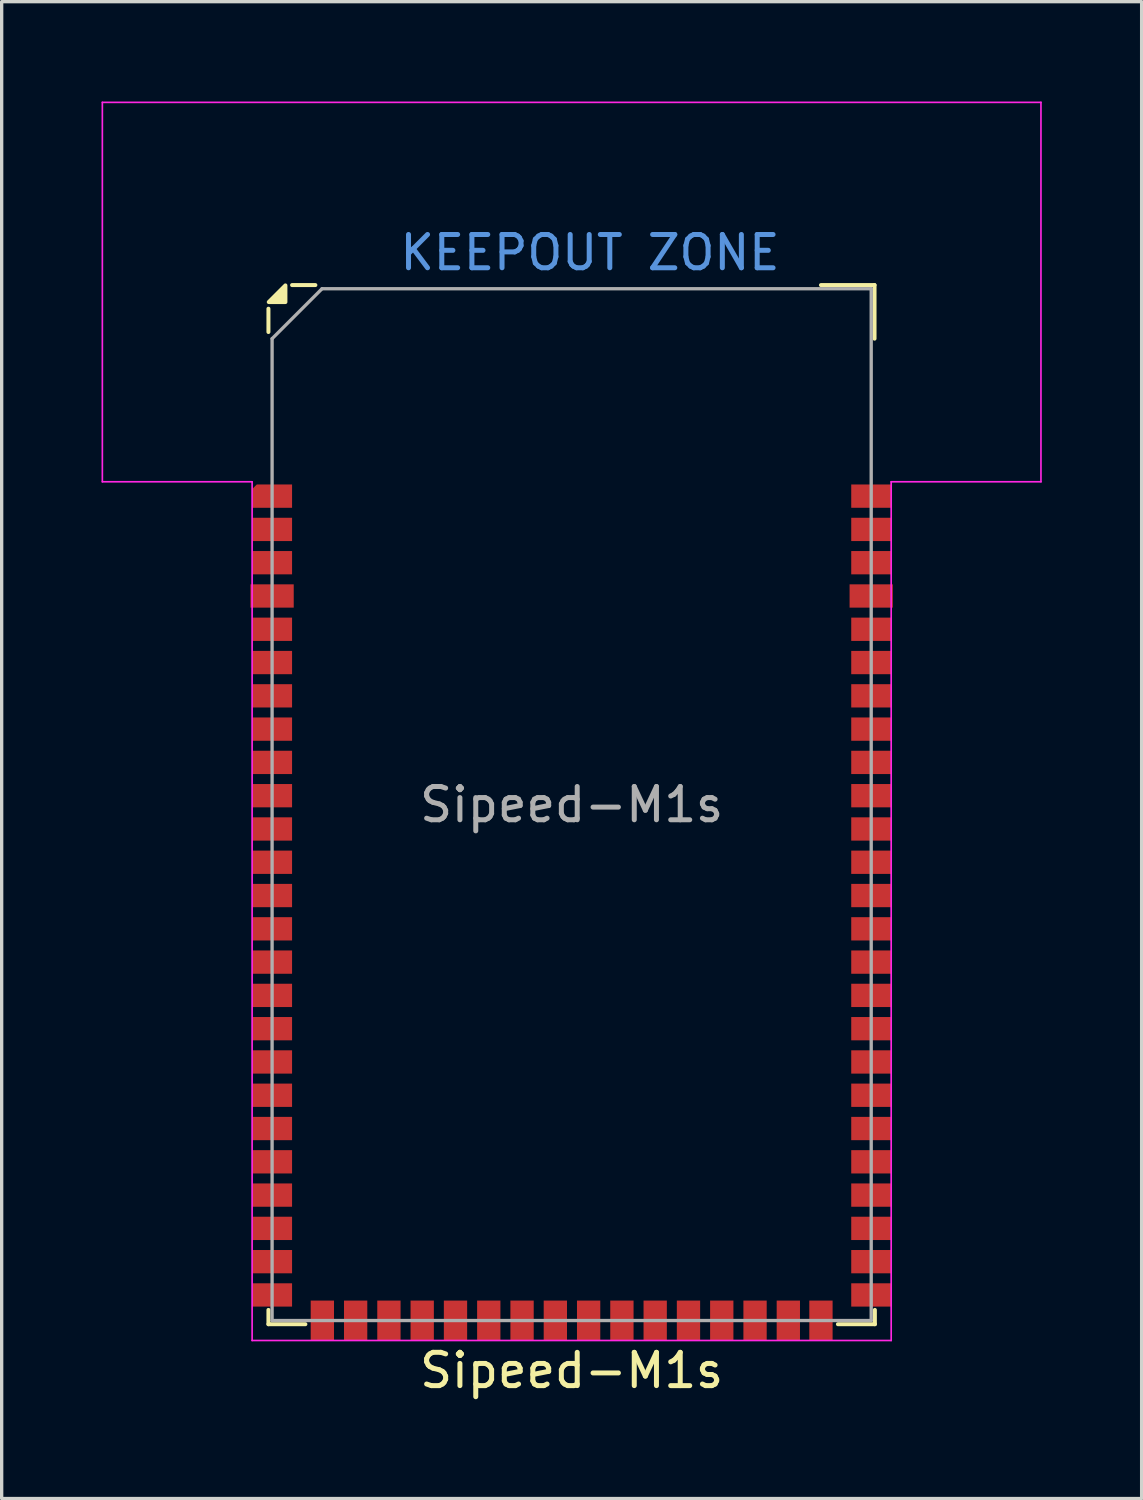
<source format=kicad_pcb>
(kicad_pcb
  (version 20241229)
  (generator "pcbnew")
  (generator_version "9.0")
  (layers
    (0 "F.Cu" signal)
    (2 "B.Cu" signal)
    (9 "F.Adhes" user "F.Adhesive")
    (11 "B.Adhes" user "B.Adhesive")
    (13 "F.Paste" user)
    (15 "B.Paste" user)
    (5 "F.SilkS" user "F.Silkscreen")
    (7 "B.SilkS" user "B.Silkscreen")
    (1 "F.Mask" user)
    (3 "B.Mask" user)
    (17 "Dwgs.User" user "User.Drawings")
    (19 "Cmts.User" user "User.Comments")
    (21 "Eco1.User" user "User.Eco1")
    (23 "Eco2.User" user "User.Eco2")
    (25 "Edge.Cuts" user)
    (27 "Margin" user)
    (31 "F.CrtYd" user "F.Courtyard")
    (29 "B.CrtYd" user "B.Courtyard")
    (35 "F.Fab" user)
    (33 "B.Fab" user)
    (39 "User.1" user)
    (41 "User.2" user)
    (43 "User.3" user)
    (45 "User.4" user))
  (footprint "Sipeed-M1s"
    (layer "F.Cu")
    (at 14.125 21.125)
    (property "Reference" "Sipeed-M1s" (at 0 17 0) (layer "F.SilkS") (effects (font (size 1 1) (thickness 0.15))))
    (attr smd)
    (fp_line (start -9.11 -14.9) (end -9.11 -14.2) (stroke (width 0.12) (type default)) (layer "F.SilkS"))
    (fp_line (start -9.11 15.181) (end -9.11 15.61) (stroke (width 0.12) (type default)) (layer "F.SilkS"))
    (fp_line (start -8 15.61) (end -9.11 15.61) (stroke (width 0.12) (type default)) (layer "F.SilkS"))
    (fp_line (start -7.7 -15.61) (end -8.4 -15.61) (stroke (width 0.12) (type default)) (layer "F.SilkS"))
    (fp_line (start 8 15.61) (end 9.11 15.61) (stroke (width 0.12) (type default)) (layer "F.SilkS"))
    (fp_line (start 9.1 -15.61) (end 7.49 -15.61) (stroke (width 0.12) (type default)) (layer "F.SilkS"))
    (fp_line (start 9.1 -15.61) (end 9.1 -14) (stroke (width 0.12) (type default)) (layer "F.SilkS"))
    (fp_line (start 9.11 15.181) (end 9.11 15.61) (stroke (width 0.12) (type default)) (layer "F.SilkS"))
    (fp_poly (pts (xy -8.6 -15.1) (xy -9.1 -15.1) (xy -8.6 -15.6) (xy -8.6 -15.1)) (stroke (width 0.12) (type solid)) (fill yes) (layer "F.SilkS"))
    (fp_line (start -14.1 -21.1) (end -14.1 -9.7) (stroke (width 0.05) (type default)) (layer "F.CrtYd"))
    (fp_line (start -14.1 -21.1) (end 14.1 -21.1) (stroke (width 0.05) (type default)) (layer "F.CrtYd"))
    (fp_line (start -14.1 -9.7) (end -9.6 -9.7) (stroke (width 0.05) (type default)) (layer "F.CrtYd"))
    (fp_line (start -9.6 16.1) (end -9.6 -9.7) (stroke (width 0.05) (type default)) (layer "F.CrtYd"))
    (fp_line (start -9.6 16.1) (end 9.6 16.1) (stroke (width 0.05) (type default)) (layer "F.CrtYd"))
    (fp_line (start 9.6 -9.7) (end 9.6 16.1) (stroke (width 0.05) (type default)) (layer "F.CrtYd"))
    (fp_line (start 9.6 -9.7) (end 14.1 -9.7) (stroke (width 0.05) (type default)) (layer "F.CrtYd"))
    (fp_line (start 14.1 -21.1) (end 14.1 -9.7) (stroke (width 0.05) (type default)) (layer "F.CrtYd"))
    (fp_line (start -9 -14) (end -9 15.5) (stroke (width 0.1) (type default)) (layer "F.Fab"))
    (fp_line (start -9 15.5) (end 9 15.5) (stroke (width 0.1) (type default)) (layer "F.Fab"))
    (fp_line (start -7.5 -15.5) (end -9 -14) (stroke (width 0.1) (type default)) (layer "F.Fab"))
    (fp_line (start -7.5 -15.5) (end 9 -15.5) (stroke (width 0.1) (type default)) (layer "F.Fab"))
    (fp_line (start 9 -15.5) (end 9 15.5) (stroke (width 0.1) (type default)) (layer "F.Fab"))
    (fp_text user " KEEPOUT ZONE" (at -6 -16 0) (layer "Cmts.User") (effects (font (size 1 1) (thickness 0.15)) (justify left bottom)))
    (fp_text user "${REFERENCE}" (at 0 0 0) (layer "F.Fab") (effects (font (size 1 1) (thickness 0.15))))
    (pad "1" smd roundrect (at -9 -9.269) (size 1.2 0.7) (layers "F.Cu" "F.Mask" "F.Paste") (roundrect_rratio 0) (chamfer_ratio 0.2) (chamfer top_left))
    (pad "2" smd rect (at -9 -8.269) (size 1.2 0.7) (layers "F.Cu" "F.Mask" "F.Paste"))
    (pad "3" smd rect (at -9 -7.269) (size 1.2 0.7) (layers "F.Cu" "F.Mask" "F.Paste"))
    (pad "4" smd rect (at -9 -6.269) (size 1.3 0.7) (layers "F.Cu" "F.Mask" "F.Paste"))
    (pad "5" smd rect (at -9 -5.269) (size 1.2 0.7) (layers "F.Cu" "F.Mask" "F.Paste"))
    (pad "6" smd rect (at -9 -4.269) (size 1.2 0.7) (layers "F.Cu" "F.Mask" "F.Paste"))
    (pad "7" smd rect (at -9 -3.269) (size 1.2 0.7) (layers "F.Cu" "F.Mask" "F.Paste"))
    (pad "8" smd rect (at -9 -2.269) (size 1.2 0.7) (layers "F.Cu" "F.Mask" "F.Paste"))
    (pad "9" smd rect (at -9 -1.269) (size 1.2 0.7) (layers "F.Cu" "F.Mask" "F.Paste"))
    (pad "10" smd rect (at -9 -0.269) (size 1.2 0.7) (layers "F.Cu" "F.Mask" "F.Paste"))
    (pad "11" smd rect (at -9 0.731) (size 1.2 0.7) (layers "F.Cu" "F.Mask" "F.Paste"))
    (pad "12" smd rect (at -9 1.731) (size 1.2 0.7) (layers "F.Cu" "F.Mask" "F.Paste"))
    (pad "13" smd rect (at -9 2.731) (size 1.2 0.7) (layers "F.Cu" "F.Mask" "F.Paste"))
    (pad "14" smd rect (at -9 3.731) (size 1.2 0.7) (layers "F.Cu" "F.Mask" "F.Paste"))
    (pad "15" smd rect (at -9 4.731) (size 1.2 0.7) (layers "F.Cu" "F.Mask" "F.Paste"))
    (pad "16" smd rect (at -9 5.731) (size 1.2 0.7) (layers "F.Cu" "F.Mask" "F.Paste"))
    (pad "17" smd rect (at -9 6.731) (size 1.2 0.7) (layers "F.Cu" "F.Mask" "F.Paste"))
    (pad "18" smd rect (at -9 7.731) (size 1.2 0.7) (layers "F.Cu" "F.Mask" "F.Paste"))
    (pad "19" smd rect (at -9 8.731) (size 1.2 0.7) (layers "F.Cu" "F.Mask" "F.Paste"))
    (pad "20" smd rect (at -9 9.731) (size 1.2 0.7) (layers "F.Cu" "F.Mask" "F.Paste"))
    (pad "21" smd rect (at -9 10.731) (size 1.2 0.7) (layers "F.Cu" "F.Mask" "F.Paste"))
    (pad "22" smd rect (at -9 11.731) (size 1.2 0.7) (layers "F.Cu" "F.Mask" "F.Paste"))
    (pad "23" smd rect (at -9 13.731) (size 1.2 0.7) (layers "F.Cu" "F.Mask" "F.Paste"))
    (pad "24" smd rect (at -9 12.731) (size 1.2 0.7) (layers "F.Cu" "F.Mask" "F.Paste"))
    (pad "25" smd rect (at -9 14.731) (size 1.2 0.7) (layers "F.Cu" "F.Mask" "F.Paste"))
    (pad "26" smd rect (at -7.49 15.5 90) (size 1.2 0.7) (layers "F.Cu" "F.Mask" "F.Paste"))
    (pad "27" smd rect (at -6.49 15.5 90) (size 1.2 0.7) (layers "F.Cu" "F.Mask" "F.Paste"))
    (pad "28" smd rect (at -5.49 15.5 90) (size 1.2 0.7) (layers "F.Cu" "F.Mask" "F.Paste"))
    (pad "29" smd rect (at -4.49 15.5 90) (size 1.2 0.7) (layers "F.Cu" "F.Mask" "F.Paste"))
    (pad "30" smd rect (at -3.49 15.5 90) (size 1.2 0.7) (layers "F.Cu" "F.Mask" "F.Paste"))
    (pad "31" smd rect (at -2.49 15.5 90) (size 1.2 0.7) (layers "F.Cu" "F.Mask" "F.Paste"))
    (pad "32" smd rect (at -1.49 15.5 90) (size 1.2 0.7) (layers "F.Cu" "F.Mask" "F.Paste"))
    (pad "33" smd rect (at -0.49 15.5 90) (size 1.2 0.7) (layers "F.Cu" "F.Mask" "F.Paste"))
    (pad "34" smd rect (at 0.51 15.5 90) (size 1.2 0.7) (layers "F.Cu" "F.Mask" "F.Paste"))
    (pad "35" smd rect (at 1.51 15.5 90) (size 1.2 0.7) (layers "F.Cu" "F.Mask" "F.Paste"))
    (pad "36" smd rect (at 2.51 15.5 90) (size 1.2 0.7) (layers "F.Cu" "F.Mask" "F.Paste"))
    (pad "37" smd rect (at 3.51 15.5 90) (size 1.2 0.7) (layers "F.Cu" "F.Mask" "F.Paste"))
    (pad "38" smd rect (at 4.51 15.5 90) (size 1.2 0.7) (layers "F.Cu" "F.Mask" "F.Paste"))
    (pad "39" smd rect (at 5.51 15.5 90) (size 1.2 0.7) (layers "F.Cu" "F.Mask" "F.Paste"))
    (pad "40" smd rect (at 6.51 15.5 90) (size 1.2 0.7) (layers "F.Cu" "F.Mask" "F.Paste"))
    (pad "41" smd rect (at 7.49 15.5 90) (size 1.2 0.7) (layers "F.Cu" "F.Mask" "F.Paste"))
    (pad "42" smd rect (at 9 14.731) (size 1.2 0.7) (layers "F.Cu" "F.Mask" "F.Paste"))
    (pad "43" smd rect (at 9 13.731) (size 1.2 0.7) (layers "F.Cu" "F.Mask" "F.Paste"))
    (pad "44" smd rect (at 9 12.731) (size 1.2 0.7) (layers "F.Cu" "F.Mask" "F.Paste"))
    (pad "45" smd rect (at 9 11.731) (size 1.2 0.7) (layers "F.Cu" "F.Mask" "F.Paste"))
    (pad "46" smd rect (at 9 10.731) (size 1.2 0.7) (layers "F.Cu" "F.Mask" "F.Paste"))
    (pad "47" smd rect (at 9 9.731) (size 1.2 0.7) (layers "F.Cu" "F.Mask" "F.Paste"))
    (pad "48" smd rect (at 9 8.731) (size 1.2 0.7) (layers "F.Cu" "F.Mask" "F.Paste"))
    (pad "49" smd rect (at 9 7.731) (size 1.2 0.7) (layers "F.Cu" "F.Mask" "F.Paste"))
    (pad "50" smd rect (at 9 6.731) (size 1.2 0.7) (layers "F.Cu" "F.Mask" "F.Paste"))
    (pad "51" smd rect (at 9 5.731) (size 1.2 0.7) (layers "F.Cu" "F.Mask" "F.Paste"))
    (pad "52" smd rect (at 9 4.731) (size 1.2 0.7) (layers "F.Cu" "F.Mask" "F.Paste"))
    (pad "53" smd rect (at 9 3.731) (size 1.2 0.7) (layers "F.Cu" "F.Mask" "F.Paste"))
    (pad "54" smd rect (at 9 2.731) (size 1.2 0.7) (layers "F.Cu" "F.Mask" "F.Paste"))
    (pad "55" smd rect (at 9 1.731) (size 1.2 0.7) (layers "F.Cu" "F.Mask" "F.Paste"))
    (pad "56" smd rect (at 9 0.731) (size 1.2 0.7) (layers "F.Cu" "F.Mask" "F.Paste"))
    (pad "57" smd rect (at 9 -0.269) (size 1.2 0.7) (layers "F.Cu" "F.Mask" "F.Paste"))
    (pad "58" smd rect (at 9 -1.269) (size 1.2 0.7) (layers "F.Cu" "F.Mask" "F.Paste"))
    (pad "59" smd rect (at 9 -2.269) (size 1.2 0.7) (layers "F.Cu" "F.Mask" "F.Paste"))
    (pad "60" smd rect (at 9 -3.269) (size 1.2 0.7) (layers "F.Cu" "F.Mask" "F.Paste"))
    (pad "61" smd rect (at 9 -4.269) (size 1.2 0.7) (layers "F.Cu" "F.Mask" "F.Paste"))
    (pad "62" smd rect (at 9 -5.269) (size 1.2 0.7) (layers "F.Cu" "F.Mask" "F.Paste"))
    (pad "63" smd rect (at 9 -6.269) (size 1.3 0.7) (layers "F.Cu" "F.Mask" "F.Paste"))
    (pad "64" smd rect (at 9 -7.269) (size 1.2 0.7) (layers "F.Cu" "F.Mask" "F.Paste"))
    (pad "65" smd rect (at 9 -8.269) (size 1.2 0.7) (layers "F.Cu" "F.Mask" "F.Paste"))
    (pad "66" smd rect (at 9 -9.269) (size 1.2 0.7) (layers "F.Cu" "F.Mask" "F.Paste"))
    (zone (net_name "") (layer "F.Cu") (name "Keepout") (hatch edge 0.5) (connect_pads) (min_thickness 0.25) (filled_areas_thickness no) (keepout (tracks not_allowed) (vias not_allowed) (pads not_allowed) (copperpour not_allowed) (footprints not_allowed)) (placement (enabled no)) (fill) (polygon (pts (xy 0.125 11.125) (xy 0.125 0.125) (xy 28.125 0.125) (xy 28.125 11.125)))))
  (gr_rect
    (start -3 -3)
    (end 31.25 41.973)
    (stroke (width 0.1) (type default))
    (fill no)
    (layer "Edge.Cuts")))
</source>
